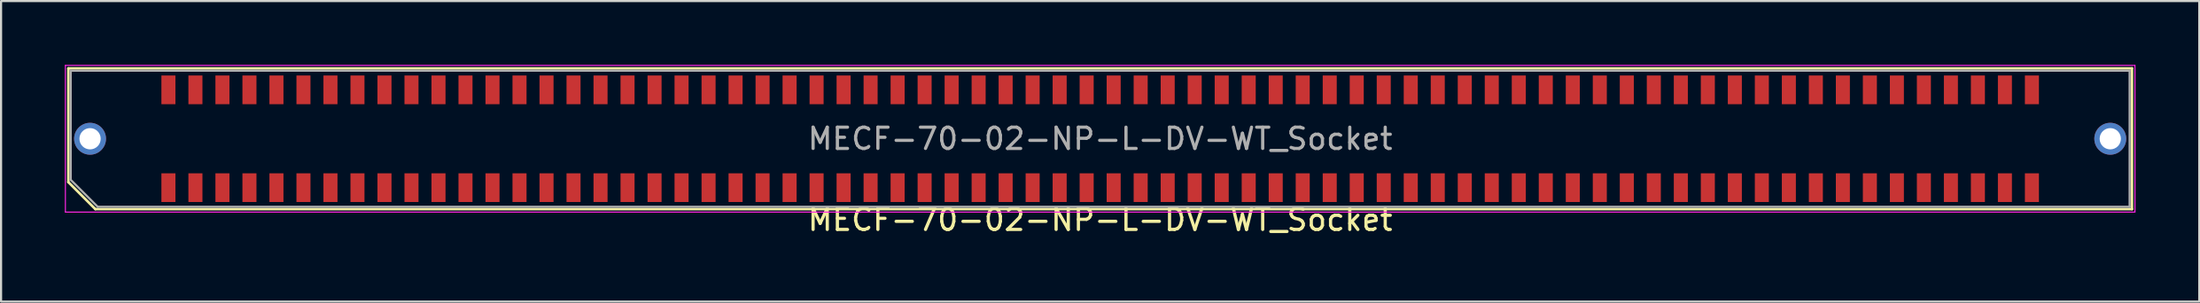
<source format=kicad_pcb>
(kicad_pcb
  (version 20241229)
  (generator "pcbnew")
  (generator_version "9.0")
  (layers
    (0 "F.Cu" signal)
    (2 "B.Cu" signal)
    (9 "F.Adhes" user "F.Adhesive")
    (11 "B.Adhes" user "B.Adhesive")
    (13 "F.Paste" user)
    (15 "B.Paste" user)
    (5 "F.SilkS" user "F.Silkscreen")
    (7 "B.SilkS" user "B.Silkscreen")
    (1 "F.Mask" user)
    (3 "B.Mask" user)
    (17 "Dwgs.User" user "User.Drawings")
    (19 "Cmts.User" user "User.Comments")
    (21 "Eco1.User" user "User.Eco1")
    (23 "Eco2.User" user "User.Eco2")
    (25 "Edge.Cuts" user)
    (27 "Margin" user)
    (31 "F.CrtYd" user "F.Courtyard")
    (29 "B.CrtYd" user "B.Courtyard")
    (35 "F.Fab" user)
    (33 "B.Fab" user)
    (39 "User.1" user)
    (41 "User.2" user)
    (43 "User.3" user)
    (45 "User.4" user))
  (footprint "MECF-70-02-NP-L-DV-WT_Socket"
    (layer "F.Cu")
    (at 48.685 3.475)
    (property "Reference" "MECF-70-02-NP-L-DV-WT_Socket" (at 0 3.81 0) (layer "F.SilkS") (effects (font (size 1 1) (thickness 0.15))))
    (attr smd)
    (fp_line (start -48.52 -3.31) (end 48.52 -3.31) (stroke (width 0.12) (type solid)) (layer "F.SilkS"))
    (fp_line (start -48.52 2.04) (end -48.52 -3.31) (stroke (width 0.12) (type solid)) (layer "F.SilkS"))
    (fp_line (start -47.25 3.31) (end -48.52 2.04) (stroke (width 0.12) (type solid)) (layer "F.SilkS"))
    (fp_line (start -47.25 3.31) (end 48.52 3.31) (stroke (width 0.12) (type solid)) (layer "F.SilkS"))
    (fp_line (start 48.52 3.31) (end 48.52 -3.31) (stroke (width 0.12) (type solid)) (layer "F.SilkS"))
    (fp_line (start -48.66 -3.45) (end -48.66 3.45) (stroke (width 0.05) (type solid)) (layer "F.CrtYd"))
    (fp_line (start -48.66 3.45) (end 48.66 3.45) (stroke (width 0.05) (type solid)) (layer "F.CrtYd"))
    (fp_line (start 48.66 -3.45) (end -48.66 -3.45) (stroke (width 0.05) (type solid)) (layer "F.CrtYd"))
    (fp_line (start 48.66 3.45) (end 48.66 -3.45) (stroke (width 0.05) (type solid)) (layer "F.CrtYd"))
    (fp_line (start -48.41 -3.2) (end 48.41 -3.2) (stroke (width 0.1) (type solid)) (layer "F.Fab"))
    (fp_line (start -48.41 1.93) (end -48.41 -3.2) (stroke (width 0.1) (type solid)) (layer "F.Fab"))
    (fp_line (start -48.41 1.93) (end -47.14 3.2) (stroke (width 0.1) (type solid)) (layer "F.Fab"))
    (fp_line (start -47.14 3.2) (end 48.41 3.2) (stroke (width 0.1) (type solid)) (layer "F.Fab"))
    (fp_line (start 48.41 3.2) (end 48.41 -3.2) (stroke (width 0.1) (type solid)) (layer "F.Fab"))
    (fp_text user "${REFERENCE}" (at 0 0 0) (layer "F.Fab") (effects (font (size 1 1) (thickness 0.15))))
    (pad "" thru_hole circle (at -47.5 0) (size 1.5 1.5) (drill 1) (layers "*.Cu" "*.Mask"))
    (pad "" np_thru_hole circle (at -45.595 0) (size 0.001 0.001) (drill 1.45) (layers "*.Cu" "*.Mask"))
    (pad "" np_thru_hole circle (at 45.595 1) (size 0.001 0.001) (drill 1.45) (layers "*.Cu" "*.Mask"))
    (pad "" thru_hole circle (at 47.5 0) (size 1.5 1.5) (drill 1) (layers "*.Cu" "*.Mask"))
    (pad "1" smd rect (at -43.815 2.3) (size 0.66 1.35) (layers "F.Cu" "F.Mask" "F.Paste"))
    (pad "2" smd rect (at -43.815 -2.3) (size 0.66 1.35) (layers "F.Cu" "F.Mask" "F.Paste"))
    (pad "3" smd rect (at -42.545 2.3) (size 0.66 1.35) (layers "F.Cu" "F.Mask" "F.Paste"))
    (pad "4" smd rect (at -42.545 -2.3) (size 0.66 1.35) (layers "F.Cu" "F.Mask" "F.Paste"))
    (pad "5" smd rect (at -41.275 2.3) (size 0.66 1.35) (layers "F.Cu" "F.Mask" "F.Paste"))
    (pad "6" smd rect (at -41.275 -2.3) (size 0.66 1.35) (layers "F.Cu" "F.Mask" "F.Paste"))
    (pad "7" smd rect (at -40.005 2.3) (size 0.66 1.35) (layers "F.Cu" "F.Mask" "F.Paste"))
    (pad "8" smd rect (at -40.005 -2.3) (size 0.66 1.35) (layers "F.Cu" "F.Mask" "F.Paste"))
    (pad "9" smd rect (at -38.735 2.3) (size 0.66 1.35) (layers "F.Cu" "F.Mask" "F.Paste"))
    (pad "10" smd rect (at -38.735 -2.3) (size 0.66 1.35) (layers "F.Cu" "F.Mask" "F.Paste"))
    (pad "11" smd rect (at -37.465 2.3) (size 0.66 1.35) (layers "F.Cu" "F.Mask" "F.Paste"))
    (pad "12" smd rect (at -37.465 -2.3) (size 0.66 1.35) (layers "F.Cu" "F.Mask" "F.Paste"))
    (pad "13" smd rect (at -36.195 2.3) (size 0.66 1.35) (layers "F.Cu" "F.Mask" "F.Paste"))
    (pad "14" smd rect (at -36.195 -2.3) (size 0.66 1.35) (layers "F.Cu" "F.Mask" "F.Paste"))
    (pad "15" smd rect (at -34.925 2.3) (size 0.66 1.35) (layers "F.Cu" "F.Mask" "F.Paste"))
    (pad "16" smd rect (at -34.925 -2.3) (size 0.66 1.35) (layers "F.Cu" "F.Mask" "F.Paste"))
    (pad "17" smd rect (at -33.655 2.3) (size 0.66 1.35) (layers "F.Cu" "F.Mask" "F.Paste"))
    (pad "18" smd rect (at -33.655 -2.3) (size 0.66 1.35) (layers "F.Cu" "F.Mask" "F.Paste"))
    (pad "19" smd rect (at -32.385 2.3) (size 0.66 1.35) (layers "F.Cu" "F.Mask" "F.Paste"))
    (pad "20" smd rect (at -32.385 -2.3) (size 0.66 1.35) (layers "F.Cu" "F.Mask" "F.Paste"))
    (pad "21" smd rect (at -31.115 2.3) (size 0.66 1.35) (layers "F.Cu" "F.Mask" "F.Paste"))
    (pad "22" smd rect (at -31.115 -2.3) (size 0.66 1.35) (layers "F.Cu" "F.Mask" "F.Paste"))
    (pad "23" smd rect (at -29.845 2.3) (size 0.66 1.35) (layers "F.Cu" "F.Mask" "F.Paste"))
    (pad "24" smd rect (at -29.845 -2.3) (size 0.66 1.35) (layers "F.Cu" "F.Mask" "F.Paste"))
    (pad "25" smd rect (at -28.575 2.3) (size 0.66 1.35) (layers "F.Cu" "F.Mask" "F.Paste"))
    (pad "26" smd rect (at -28.575 -2.3) (size 0.66 1.35) (layers "F.Cu" "F.Mask" "F.Paste"))
    (pad "27" smd rect (at -27.305 2.3) (size 0.66 1.35) (layers "F.Cu" "F.Mask" "F.Paste"))
    (pad "28" smd rect (at -27.305 -2.3) (size 0.66 1.35) (layers "F.Cu" "F.Mask" "F.Paste"))
    (pad "29" smd rect (at -26.035 2.3) (size 0.66 1.35) (layers "F.Cu" "F.Mask" "F.Paste"))
    (pad "30" smd rect (at -26.035 -2.3) (size 0.66 1.35) (layers "F.Cu" "F.Mask" "F.Paste"))
    (pad "31" smd rect (at -24.765 2.3) (size 0.66 1.35) (layers "F.Cu" "F.Mask" "F.Paste"))
    (pad "32" smd rect (at -24.765 -2.3) (size 0.66 1.35) (layers "F.Cu" "F.Mask" "F.Paste"))
    (pad "33" smd rect (at -23.495 2.3) (size 0.66 1.35) (layers "F.Cu" "F.Mask" "F.Paste"))
    (pad "34" smd rect (at -23.495 -2.3) (size 0.66 1.35) (layers "F.Cu" "F.Mask" "F.Paste"))
    (pad "35" smd rect (at -22.225 2.3) (size 0.66 1.35) (layers "F.Cu" "F.Mask" "F.Paste"))
    (pad "36" smd rect (at -22.225 -2.3) (size 0.66 1.35) (layers "F.Cu" "F.Mask" "F.Paste"))
    (pad "37" smd rect (at -20.955 2.3) (size 0.66 1.35) (layers "F.Cu" "F.Mask" "F.Paste"))
    (pad "38" smd rect (at -20.955 -2.3) (size 0.66 1.35) (layers "F.Cu" "F.Mask" "F.Paste"))
    (pad "39" smd rect (at -19.685 2.3) (size 0.66 1.35) (layers "F.Cu" "F.Mask" "F.Paste"))
    (pad "40" smd rect (at -19.685 -2.3) (size 0.66 1.35) (layers "F.Cu" "F.Mask" "F.Paste"))
    (pad "41" smd rect (at -18.415 2.3) (size 0.66 1.35) (layers "F.Cu" "F.Mask" "F.Paste"))
    (pad "42" smd rect (at -18.415 -2.3) (size 0.66 1.35) (layers "F.Cu" "F.Mask" "F.Paste"))
    (pad "43" smd rect (at -17.145 2.3) (size 0.66 1.35) (layers "F.Cu" "F.Mask" "F.Paste"))
    (pad "44" smd rect (at -17.145 -2.3) (size 0.66 1.35) (layers "F.Cu" "F.Mask" "F.Paste"))
    (pad "45" smd rect (at -15.875 2.3) (size 0.66 1.35) (layers "F.Cu" "F.Mask" "F.Paste"))
    (pad "46" smd rect (at -15.875 -2.3) (size 0.66 1.35) (layers "F.Cu" "F.Mask" "F.Paste"))
    (pad "47" smd rect (at -14.605 2.3) (size 0.66 1.35) (layers "F.Cu" "F.Mask" "F.Paste"))
    (pad "48" smd rect (at -14.605 -2.3) (size 0.66 1.35) (layers "F.Cu" "F.Mask" "F.Paste"))
    (pad "49" smd rect (at -13.335 2.3) (size 0.66 1.35) (layers "F.Cu" "F.Mask" "F.Paste"))
    (pad "50" smd rect (at -13.335 -2.3) (size 0.66 1.35) (layers "F.Cu" "F.Mask" "F.Paste"))
    (pad "51" smd rect (at -12.065 2.3) (size 0.66 1.35) (layers "F.Cu" "F.Mask" "F.Paste"))
    (pad "52" smd rect (at -12.065 -2.3) (size 0.66 1.35) (layers "F.Cu" "F.Mask" "F.Paste"))
    (pad "53" smd rect (at -10.795 2.3) (size 0.66 1.35) (layers "F.Cu" "F.Mask" "F.Paste"))
    (pad "54" smd rect (at -10.795 -2.3) (size 0.66 1.35) (layers "F.Cu" "F.Mask" "F.Paste"))
    (pad "55" smd rect (at -9.525 2.3) (size 0.66 1.35) (layers "F.Cu" "F.Mask" "F.Paste"))
    (pad "56" smd rect (at -9.525 -2.3) (size 0.66 1.35) (layers "F.Cu" "F.Mask" "F.Paste"))
    (pad "57" smd rect (at -8.255 2.3) (size 0.66 1.35) (layers "F.Cu" "F.Mask" "F.Paste"))
    (pad "58" smd rect (at -8.255 -2.3) (size 0.66 1.35) (layers "F.Cu" "F.Mask" "F.Paste"))
    (pad "59" smd rect (at -6.985 2.3) (size 0.66 1.35) (layers "F.Cu" "F.Mask" "F.Paste"))
    (pad "60" smd rect (at -6.985 -2.3) (size 0.66 1.35) (layers "F.Cu" "F.Mask" "F.Paste"))
    (pad "61" smd rect (at -5.715 2.3) (size 0.66 1.35) (layers "F.Cu" "F.Mask" "F.Paste"))
    (pad "62" smd rect (at -5.715 -2.3) (size 0.66 1.35) (layers "F.Cu" "F.Mask" "F.Paste"))
    (pad "63" smd rect (at -4.445 2.3) (size 0.66 1.35) (layers "F.Cu" "F.Mask" "F.Paste"))
    (pad "64" smd rect (at -4.445 -2.3) (size 0.66 1.35) (layers "F.Cu" "F.Mask" "F.Paste"))
    (pad "65" smd rect (at -3.175 2.3) (size 0.66 1.35) (layers "F.Cu" "F.Mask" "F.Paste"))
    (pad "66" smd rect (at -3.175 -2.3) (size 0.66 1.35) (layers "F.Cu" "F.Mask" "F.Paste"))
    (pad "67" smd rect (at -1.905 2.3) (size 0.66 1.35) (layers "F.Cu" "F.Mask" "F.Paste"))
    (pad "68" smd rect (at -1.905 -2.3) (size 0.66 1.35) (layers "F.Cu" "F.Mask" "F.Paste"))
    (pad "69" smd rect (at -0.635 2.3) (size 0.66 1.35) (layers "F.Cu" "F.Mask" "F.Paste"))
    (pad "70" smd rect (at -0.635 -2.3) (size 0.66 1.35) (layers "F.Cu" "F.Mask" "F.Paste"))
    (pad "71" smd rect (at 0.635 2.3) (size 0.66 1.35) (layers "F.Cu" "F.Mask" "F.Paste"))
    (pad "72" smd rect (at 0.635 -2.3) (size 0.66 1.35) (layers "F.Cu" "F.Mask" "F.Paste"))
    (pad "73" smd rect (at 1.905 2.3) (size 0.66 1.35) (layers "F.Cu" "F.Mask" "F.Paste"))
    (pad "74" smd rect (at 1.905 -2.3) (size 0.66 1.35) (layers "F.Cu" "F.Mask" "F.Paste"))
    (pad "75" smd rect (at 3.175 2.3) (size 0.66 1.35) (layers "F.Cu" "F.Mask" "F.Paste"))
    (pad "76" smd rect (at 3.175 -2.3) (size 0.66 1.35) (layers "F.Cu" "F.Mask" "F.Paste"))
    (pad "77" smd rect (at 4.445 2.3) (size 0.66 1.35) (layers "F.Cu" "F.Mask" "F.Paste"))
    (pad "78" smd rect (at 4.445 -2.3) (size 0.66 1.35) (layers "F.Cu" "F.Mask" "F.Paste"))
    (pad "79" smd rect (at 5.715 2.3) (size 0.66 1.35) (layers "F.Cu" "F.Mask" "F.Paste"))
    (pad "80" smd rect (at 5.715 -2.3) (size 0.66 1.35) (layers "F.Cu" "F.Mask" "F.Paste"))
    (pad "81" smd rect (at 6.985 2.3) (size 0.66 1.35) (layers "F.Cu" "F.Mask" "F.Paste"))
    (pad "82" smd rect (at 6.985 -2.3) (size 0.66 1.35) (layers "F.Cu" "F.Mask" "F.Paste"))
    (pad "83" smd rect (at 8.255 2.3) (size 0.66 1.35) (layers "F.Cu" "F.Mask" "F.Paste"))
    (pad "84" smd rect (at 8.255 -2.3) (size 0.66 1.35) (layers "F.Cu" "F.Mask" "F.Paste"))
    (pad "85" smd rect (at 9.525 2.3) (size 0.66 1.35) (layers "F.Cu" "F.Mask" "F.Paste"))
    (pad "86" smd rect (at 9.525 -2.3) (size 0.66 1.35) (layers "F.Cu" "F.Mask" "F.Paste"))
    (pad "87" smd rect (at 10.795 2.3) (size 0.66 1.35) (layers "F.Cu" "F.Mask" "F.Paste"))
    (pad "88" smd rect (at 10.795 -2.3) (size 0.66 1.35) (layers "F.Cu" "F.Mask" "F.Paste"))
    (pad "89" smd rect (at 12.065 2.3) (size 0.66 1.35) (layers "F.Cu" "F.Mask" "F.Paste"))
    (pad "90" smd rect (at 12.065 -2.3) (size 0.66 1.35) (layers "F.Cu" "F.Mask" "F.Paste"))
    (pad "91" smd rect (at 13.335 2.3) (size 0.66 1.35) (layers "F.Cu" "F.Mask" "F.Paste"))
    (pad "92" smd rect (at 13.335 -2.3) (size 0.66 1.35) (layers "F.Cu" "F.Mask" "F.Paste"))
    (pad "93" smd rect (at 14.605 2.3) (size 0.66 1.35) (layers "F.Cu" "F.Mask" "F.Paste"))
    (pad "94" smd rect (at 14.605 -2.3) (size 0.66 1.35) (layers "F.Cu" "F.Mask" "F.Paste"))
    (pad "95" smd rect (at 15.875 2.3) (size 0.66 1.35) (layers "F.Cu" "F.Mask" "F.Paste"))
    (pad "96" smd rect (at 15.875 -2.3) (size 0.66 1.35) (layers "F.Cu" "F.Mask" "F.Paste"))
    (pad "97" smd rect (at 17.145 2.3) (size 0.66 1.35) (layers "F.Cu" "F.Mask" "F.Paste"))
    (pad "98" smd rect (at 17.145 -2.3) (size 0.66 1.35) (layers "F.Cu" "F.Mask" "F.Paste"))
    (pad "99" smd rect (at 18.415 2.3) (size 0.66 1.35) (layers "F.Cu" "F.Mask" "F.Paste"))
    (pad "100" smd rect (at 18.415 -2.3) (size 0.66 1.35) (layers "F.Cu" "F.Mask" "F.Paste"))
    (pad "101" smd rect (at 19.685 2.3) (size 0.66 1.35) (layers "F.Cu" "F.Mask" "F.Paste"))
    (pad "102" smd rect (at 19.685 -2.3) (size 0.66 1.35) (layers "F.Cu" "F.Mask" "F.Paste"))
    (pad "103" smd rect (at 20.955 2.3) (size 0.66 1.35) (layers "F.Cu" "F.Mask" "F.Paste"))
    (pad "104" smd rect (at 20.955 -2.3) (size 0.66 1.35) (layers "F.Cu" "F.Mask" "F.Paste"))
    (pad "105" smd rect (at 22.225 2.3) (size 0.66 1.35) (layers "F.Cu" "F.Mask" "F.Paste"))
    (pad "106" smd rect (at 22.225 -2.3) (size 0.66 1.35) (layers "F.Cu" "F.Mask" "F.Paste"))
    (pad "107" smd rect (at 23.495 2.3) (size 0.66 1.35) (layers "F.Cu" "F.Mask" "F.Paste"))
    (pad "108" smd rect (at 23.495 -2.3) (size 0.66 1.35) (layers "F.Cu" "F.Mask" "F.Paste"))
    (pad "109" smd rect (at 24.765 2.3) (size 0.66 1.35) (layers "F.Cu" "F.Mask" "F.Paste"))
    (pad "110" smd rect (at 24.765 -2.3) (size 0.66 1.35) (layers "F.Cu" "F.Mask" "F.Paste"))
    (pad "111" smd rect (at 26.035 2.3) (size 0.66 1.35) (layers "F.Cu" "F.Mask" "F.Paste"))
    (pad "112" smd rect (at 26.035 -2.3) (size 0.66 1.35) (layers "F.Cu" "F.Mask" "F.Paste"))
    (pad "113" smd rect (at 27.305 2.3) (size 0.66 1.35) (layers "F.Cu" "F.Mask" "F.Paste"))
    (pad "114" smd rect (at 27.305 -2.3) (size 0.66 1.35) (layers "F.Cu" "F.Mask" "F.Paste"))
    (pad "115" smd rect (at 28.575 2.3) (size 0.66 1.35) (layers "F.Cu" "F.Mask" "F.Paste"))
    (pad "116" smd rect (at 28.575 -2.3) (size 0.66 1.35) (layers "F.Cu" "F.Mask" "F.Paste"))
    (pad "117" smd rect (at 29.845 2.3) (size 0.66 1.35) (layers "F.Cu" "F.Mask" "F.Paste"))
    (pad "118" smd rect (at 29.845 -2.3) (size 0.66 1.35) (layers "F.Cu" "F.Mask" "F.Paste"))
    (pad "119" smd rect (at 31.115 2.3) (size 0.66 1.35) (layers "F.Cu" "F.Mask" "F.Paste"))
    (pad "120" smd rect (at 31.115 -2.3) (size 0.66 1.35) (layers "F.Cu" "F.Mask" "F.Paste"))
    (pad "121" smd rect (at 32.385 2.3) (size 0.66 1.35) (layers "F.Cu" "F.Mask" "F.Paste"))
    (pad "122" smd rect (at 32.385 -2.3) (size 0.66 1.35) (layers "F.Cu" "F.Mask" "F.Paste"))
    (pad "123" smd rect (at 33.655 2.3) (size 0.66 1.35) (layers "F.Cu" "F.Mask" "F.Paste"))
    (pad "124" smd rect (at 33.655 -2.3) (size 0.66 1.35) (layers "F.Cu" "F.Mask" "F.Paste"))
    (pad "125" smd rect (at 34.925 2.3) (size 0.66 1.35) (layers "F.Cu" "F.Mask" "F.Paste"))
    (pad "126" smd rect (at 34.925 -2.3) (size 0.66 1.35) (layers "F.Cu" "F.Mask" "F.Paste"))
    (pad "127" smd rect (at 36.195 2.3) (size 0.66 1.35) (layers "F.Cu" "F.Mask" "F.Paste"))
    (pad "128" smd rect (at 36.195 -2.3) (size 0.66 1.35) (layers "F.Cu" "F.Mask" "F.Paste"))
    (pad "129" smd rect (at 37.465 2.3) (size 0.66 1.35) (layers "F.Cu" "F.Mask" "F.Paste"))
    (pad "130" smd rect (at 37.465 -2.3) (size 0.66 1.35) (layers "F.Cu" "F.Mask" "F.Paste"))
    (pad "131" smd rect (at 38.735 2.3) (size 0.66 1.35) (layers "F.Cu" "F.Mask" "F.Paste"))
    (pad "132" smd rect (at 38.735 -2.3) (size 0.66 1.35) (layers "F.Cu" "F.Mask" "F.Paste"))
    (pad "133" smd rect (at 40.005 2.3) (size 0.66 1.35) (layers "F.Cu" "F.Mask" "F.Paste"))
    (pad "134" smd rect (at 40.005 -2.3) (size 0.66 1.35) (layers "F.Cu" "F.Mask" "F.Paste"))
    (pad "135" smd rect (at 41.275 2.3) (size 0.66 1.35) (layers "F.Cu" "F.Mask" "F.Paste"))
    (pad "136" smd rect (at 41.275 -2.3) (size 0.66 1.35) (layers "F.Cu" "F.Mask" "F.Paste"))
    (pad "137" smd rect (at 42.545 2.3) (size 0.66 1.35) (layers "F.Cu" "F.Mask" "F.Paste"))
    (pad "138" smd rect (at 42.545 -2.3) (size 0.66 1.35) (layers "F.Cu" "F.Mask" "F.Paste"))
    (pad "139" smd rect (at 43.815 2.3) (size 0.66 1.35) (layers "F.Cu" "F.Mask" "F.Paste"))
    (pad "140" smd rect (at 43.815 -2.3) (size 0.66 1.35) (layers "F.Cu" "F.Mask" "F.Paste")))
  (gr_rect
    (start -3 -3)
    (end 100.37 11.133)
    (stroke (width 0.1) (type default))
    (fill no)
    (layer "Edge.Cuts")))
</source>
